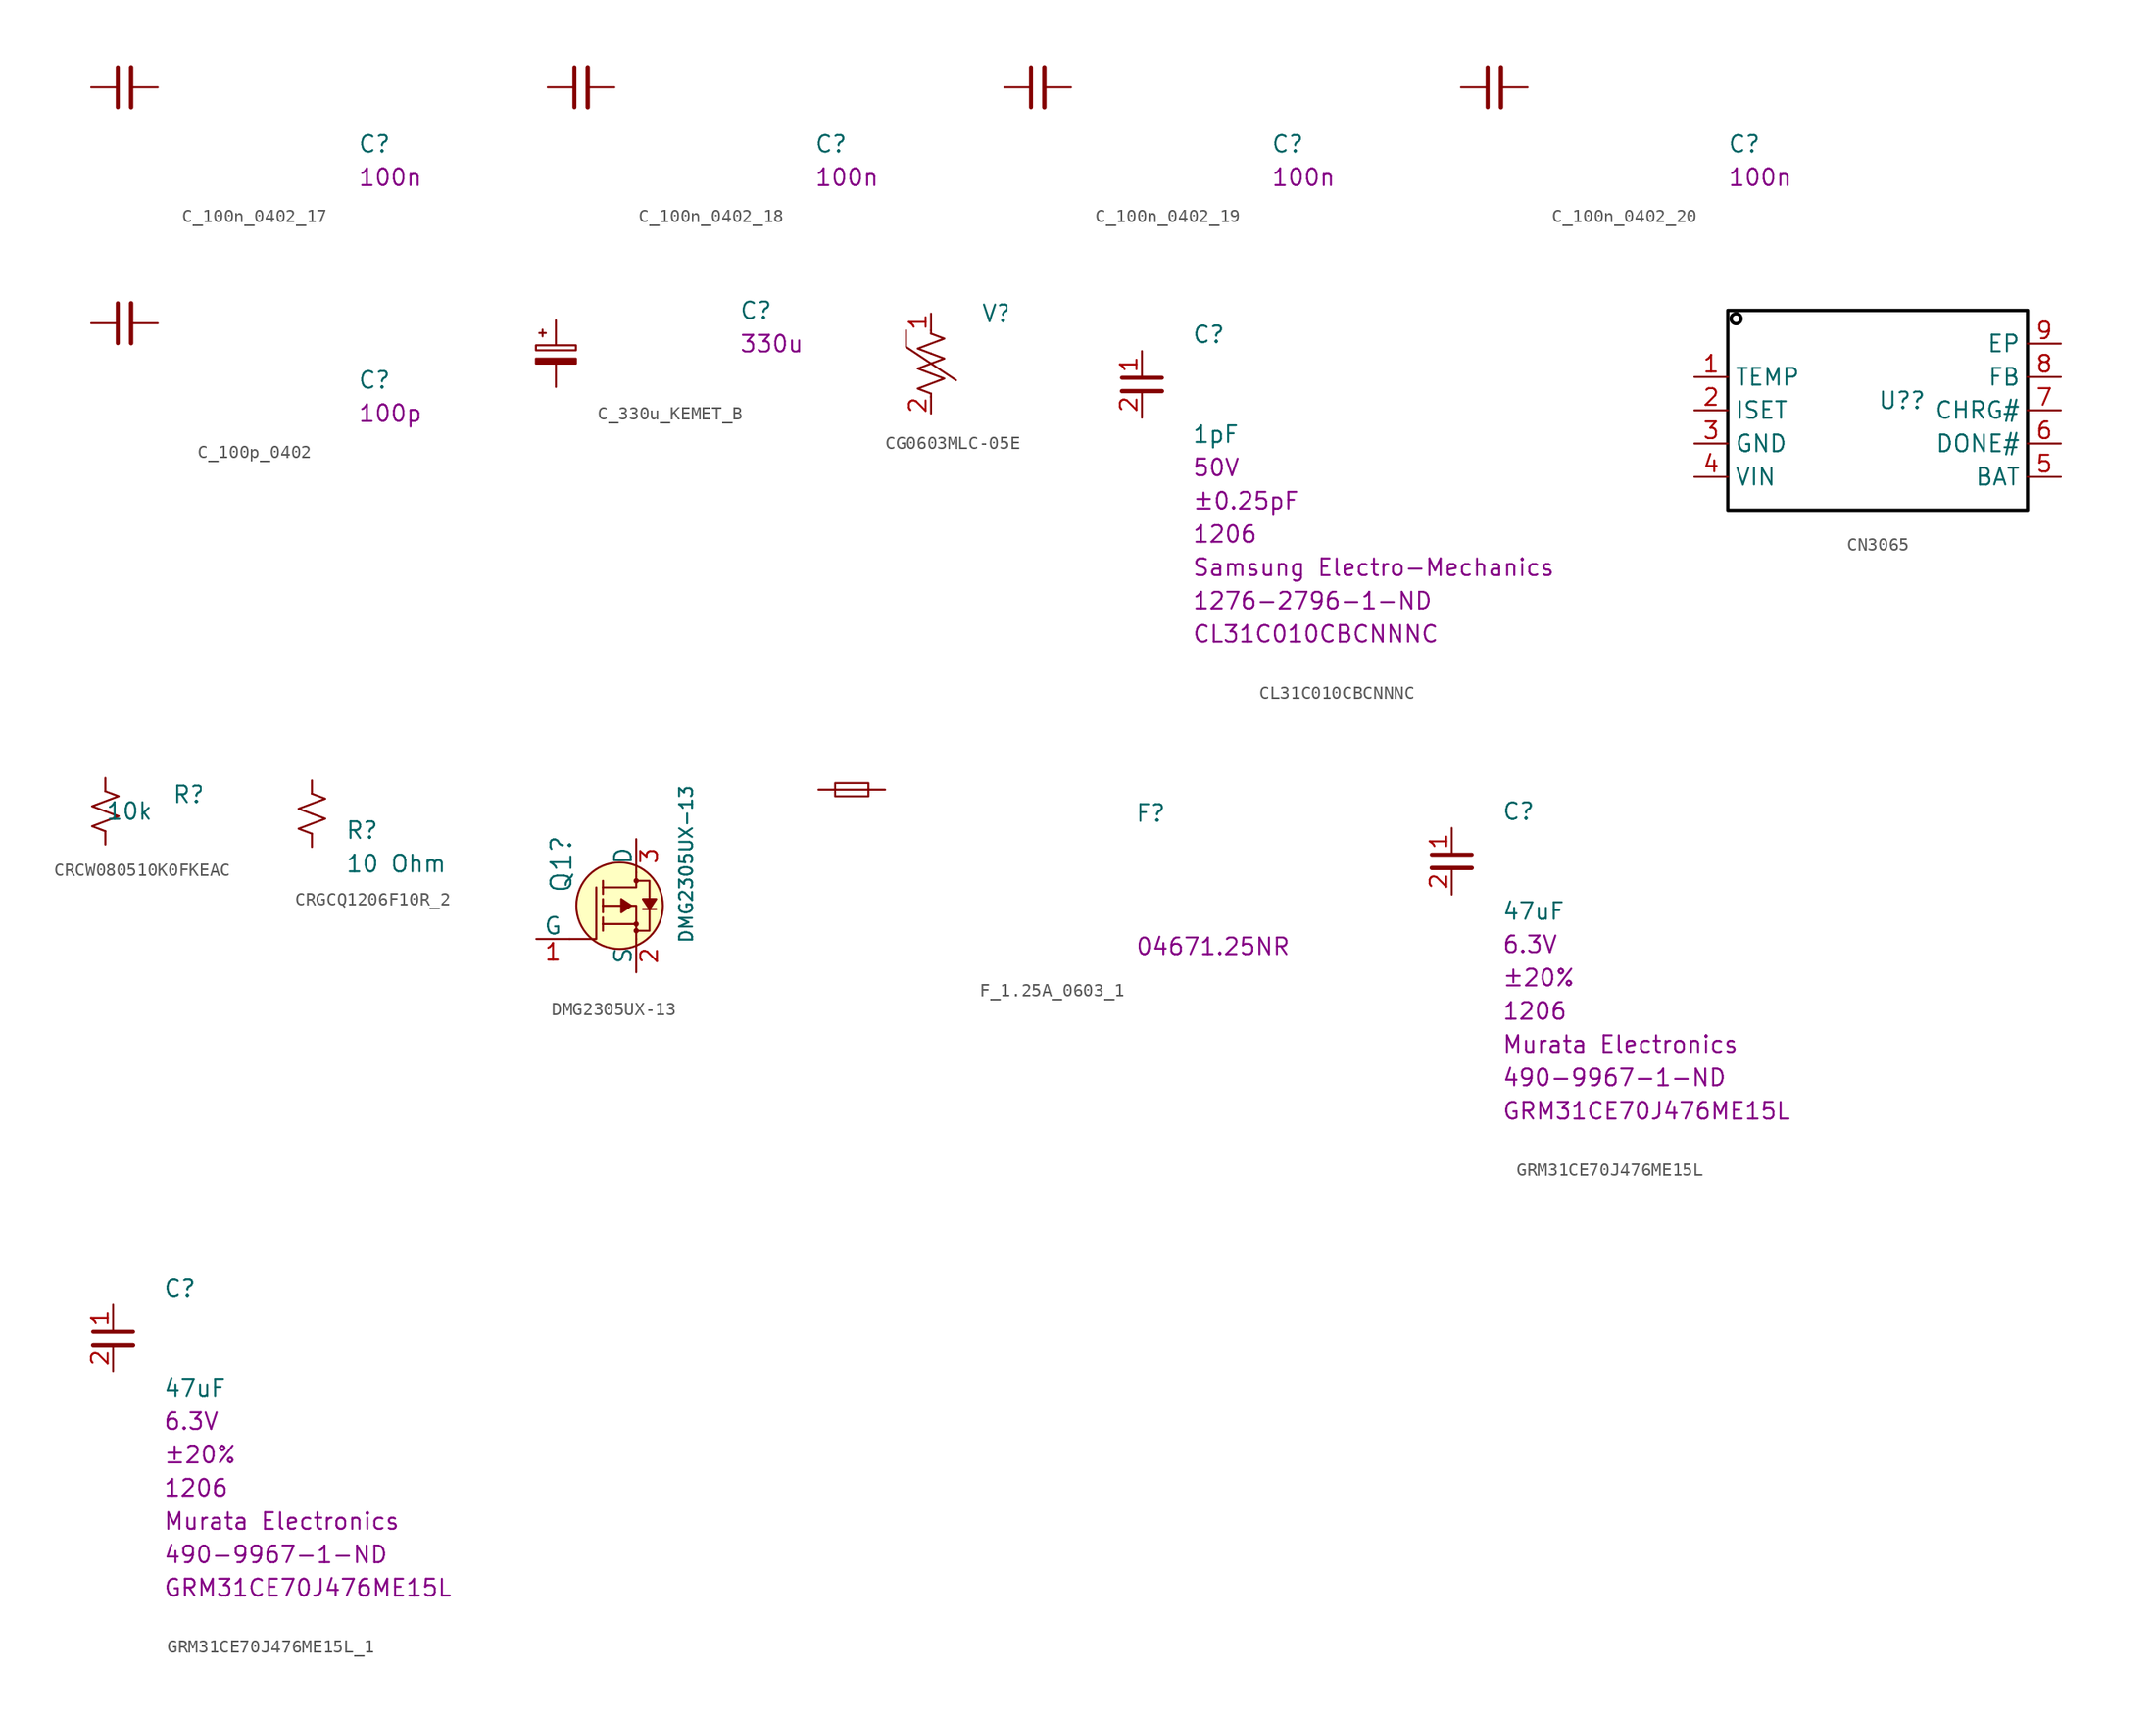
<source format=kicad_sym>
(kicad_symbol_lib
  (version 20231120)
  (generator "kicad_symbol_editor")
  (generator_version "8.0")
  (symbol "C_100n_0402_17"
    (pin_numbers hide)
    (pin_names hide)
    (property "Reference" "C"
      (at 20.32 -5.08 0)
      (effects (font (size 1.27 1.27) (thickness 0.15)) (justify left bottom)))
    (property "Val" "100n"
      (at 20.32 -7.62 0)
      (effects (font (size 1.27 1.27) (thickness 0.15)) (justify left bottom)))
    (symbol "C_100n_0402_17_0_1"
      (polyline (pts (xy 2.032 -1.524) (xy 2.032 1.524)) (stroke (width 0.305) (type default)) (fill (type none)))
      (polyline (pts (xy 3.048 -1.524) (xy 3.048 1.524)) (stroke (width 0.33) (type default)) (fill (type none))))
    (symbol "C_100n_0402_17_1_1"
      (pin passive line (at 0 0 0) (length 2.032) (name "~" (effects (font (size 1.27 1.27)))) (number "1" (effects (font (size 1.27 1.27)))))
      (pin passive line (at 5.08 0 180) (length 2.032) (name "~" (effects (font (size 1.27 1.27)))) (number "2" (effects (font (size 1.27 1.27)))))))
  (symbol "C_100n_0402_18"
    (pin_numbers hide)
    (pin_names hide)
    (property "Reference" "C"
      (at 20.32 -5.08 0)
      (effects (font (size 1.27 1.27) (thickness 0.15)) (justify left bottom)))
    (property "Val" "100n"
      (at 20.32 -7.62 0)
      (effects (font (size 1.27 1.27) (thickness 0.15)) (justify left bottom)))
    (symbol "C_100n_0402_18_0_1"
      (polyline (pts (xy 2.032 -1.524) (xy 2.032 1.524)) (stroke (width 0.305) (type default)) (fill (type none)))
      (polyline (pts (xy 3.048 -1.524) (xy 3.048 1.524)) (stroke (width 0.33) (type default)) (fill (type none))))
    (symbol "C_100n_0402_18_1_1"
      (pin passive line (at 0 0 0) (length 2.032) (name "~" (effects (font (size 1.27 1.27)))) (number "1" (effects (font (size 1.27 1.27)))))
      (pin passive line (at 5.08 0 180) (length 2.032) (name "~" (effects (font (size 1.27 1.27)))) (number "2" (effects (font (size 1.27 1.27)))))))
  (symbol "C_100n_0402_19"
    (pin_numbers hide)
    (pin_names hide)
    (property "Reference" "C"
      (at 20.32 -5.08 0)
      (effects (font (size 1.27 1.27) (thickness 0.15)) (justify left bottom)))
    (property "Val" "100n"
      (at 20.32 -7.62 0)
      (effects (font (size 1.27 1.27) (thickness 0.15)) (justify left bottom)))
    (symbol "C_100n_0402_19_0_1"
      (polyline (pts (xy 2.032 -1.524) (xy 2.032 1.524)) (stroke (width 0.305) (type default)) (fill (type none)))
      (polyline (pts (xy 3.048 -1.524) (xy 3.048 1.524)) (stroke (width 0.33) (type default)) (fill (type none))))
    (symbol "C_100n_0402_19_1_1"
      (pin passive line (at 0 0 0) (length 2.032) (name "~" (effects (font (size 1.27 1.27)))) (number "1" (effects (font (size 1.27 1.27)))))
      (pin passive line (at 5.08 0 180) (length 2.032) (name "~" (effects (font (size 1.27 1.27)))) (number "2" (effects (font (size 1.27 1.27)))))))
  (symbol "C_100n_0402_20"
    (pin_numbers hide)
    (pin_names hide)
    (property "Reference" "C"
      (at 20.32 -5.08 0)
      (effects (font (size 1.27 1.27) (thickness 0.15)) (justify left bottom)))
    (property "Val" "100n"
      (at 20.32 -7.62 0)
      (effects (font (size 1.27 1.27) (thickness 0.15)) (justify left bottom)))
    (symbol "C_100n_0402_20_0_1"
      (polyline (pts (xy 2.032 -1.524) (xy 2.032 1.524)) (stroke (width 0.305) (type default)) (fill (type none)))
      (polyline (pts (xy 3.048 -1.524) (xy 3.048 1.524)) (stroke (width 0.33) (type default)) (fill (type none))))
    (symbol "C_100n_0402_20_1_1"
      (pin passive line (at 0 0 0) (length 2.032) (name "~" (effects (font (size 1.27 1.27)))) (number "1" (effects (font (size 1.27 1.27)))))
      (pin passive line (at 5.08 0 180) (length 2.032) (name "~" (effects (font (size 1.27 1.27)))) (number "2" (effects (font (size 1.27 1.27)))))))
  (symbol "C_100p_0402"
    (pin_numbers hide)
    (pin_names hide)
    (property "Reference" "C"
      (at 20.32 -5.08 0)
      (effects (font (size 1.27 1.27) (thickness 0.15)) (justify left bottom)))
    (property "Val" "100p"
      (at 20.32 -7.62 0)
      (effects (font (size 1.27 1.27) (thickness 0.15)) (justify left bottom)))
    (symbol "C_100p_0402_0_1"
      (polyline (pts (xy 2.032 -1.524) (xy 2.032 1.524)) (stroke (width 0.305) (type default)) (fill (type none)))
      (polyline (pts (xy 3.048 -1.524) (xy 3.048 1.524)) (stroke (width 0.33) (type default)) (fill (type none))))
    (symbol "C_100p_0402_1_1"
      (pin passive line (at 0 0 0) (length 2.032) (name "~" (effects (font (size 1.27 1.27)))) (number "1" (effects (font (size 1.27 1.27)))))
      (pin passive line (at 5.08 0 180) (length 2.032) (name "~" (effects (font (size 1.27 1.27)))) (number "2" (effects (font (size 1.27 1.27)))))))
  (symbol "C_330u_KEMET_B"
    (pin_numbers hide)
    (pin_names hide)
    (property "Reference" "C"
      (at 13.97 0 0)
      (effects (font (size 1.27 1.27) (thickness 0.15)) (justify left bottom)))
    (property "Val" "330u"
      (at 13.97 -2.54 0)
      (effects (font (size 1.27 1.27) (thickness 0.15)) (justify left bottom)))
    (symbol "C_330u_KEMET_B_0_1"
      (rectangle (start -1.524 -2.921) (end 1.524 -3.302) (stroke (width 0) (type default)) (fill (type outline)))
      (rectangle (start -1.524 -1.905) (end 1.524 -2.286) (stroke (width 0) (type default)) (fill (type none)))
      (polyline (pts (xy -1.27 -0.965) (xy -0.762 -0.965)) (stroke (width 0) (type default)) (fill (type none)))
      (polyline (pts (xy -1.016 -1.219) (xy -1.016 -0.711)) (stroke (width 0) (type default)) (fill (type none))))
    (symbol "C_330u_KEMET_B_1_1"
      (pin passive line (at 0 0 270) (length 1.854) (name "~" (effects (font (size 1.27 1.27)))) (number "1" (effects (font (size 1.27 1.27)))))
      (pin passive line (at 0 -5.08 90) (length 1.854) (name "~" (effects (font (size 1.27 1.27)))) (number "2" (effects (font (size 1.27 1.27)))))))
  (symbol "CG0603MLC-05E"
    (pin_names
      (offset 1.016))
    (property "Reference" "V"
      (at 3.81 3.81 0)
      (effects (font (size 1.27 1.27)) (justify left)))
    (symbol "CG0603MLC-05E_1_1"
      (polyline (pts (xy 0 -2.286) (xy 0 -2.54)) (stroke (width 0) (type default)) (fill (type none)))
      (polyline (pts (xy 0 2.286) (xy 0 2.54)) (stroke (width 0) (type default)) (fill (type none)))
      (polyline (pts (xy -1.905 2.54) (xy -1.905 1.27) (xy 1.905 -1.27)) (stroke (width 0) (type default)) (fill (type none)))
      (polyline (pts (xy 0 -0.762) (xy 1.016 -1.143) (xy 0 -1.524) (xy -1.016 -1.905) (xy 0 -2.286)) (stroke (width 0) (type default)) (fill (type none)))
      (polyline (pts (xy 0 0.762) (xy 1.016 0.381) (xy 0 0) (xy -1.016 -0.381) (xy 0 -0.762)) (stroke (width 0) (type default)) (fill (type none)))
      (polyline (pts (xy 0 2.286) (xy 1.016 1.905) (xy 0 1.524) (xy -1.016 1.143) (xy 0 0.762)) (stroke (width 0) (type default)) (fill (type none)))
      (pin passive line (at 0 3.81 270) (length 1.27) (name "~" (effects (font (size 1.27 1.27)))) (number "1" (effects (font (size 1.27 1.27)))))
      (pin passive line (at 0 -3.81 90) (length 1.27) (name "~" (effects (font (size 1.27 1.27)))) (number "2" (effects (font (size 1.27 1.27)))))))
  (symbol "CL31C010CBCNNNC"
    (pin_names
      (offset 1.016))
    (property "Reference" "C"
      (at 3.81 3.81 0)
      (effects (font (size 1.27 1.27)) (justify left)))
    (property "Value" "1pF"
      (at 3.81 -3.81 0)
      (effects (font (size 1.27 1.27)) (justify left)))
    (property "Tolerance" "±0.25pF"
      (at 3.81 -8.89 0)
      (effects (font (size 1.27 1.27)) (justify left)))
    (property "MAX Voltage" "50V"
      (at 3.81 -6.35 0)
      (effects (font (size 1.27 1.27)) (justify left)))
    (property "Chip Set" "1206"
      (at 3.81 -11.43 0)
      (effects (font (size 1.27 1.27)) (justify left)))
    (property "Manufacturer" "Samsung Electro-Mechanics"
      (at 3.81 -13.97 0)
      (effects (font (size 1.27 1.27)) (justify left)))
    (property "MPN" "CL31C010CBCNNNC"
      (at 3.81 -19.05 0)
      (effects (font (size 1.27 1.27)) (justify left)))
    (property "Digi-Key_PN" "1276-2796-1-ND"
      (at 3.81 -16.51 0)
      (effects (font (size 1.27 1.27)) (justify left)))
    (symbol "CL31C010CBCNNNC_1_1"
      (polyline (pts (xy -1.524 -0.508) (xy 1.524 -0.508)) (stroke (width 0.33) (type solid)) (fill (type none)))
      (polyline (pts (xy -1.524 0.508) (xy 1.524 0.508)) (stroke (width 0.305) (type solid)) (fill (type none)))
      (pin passive line (at 0 2.54 270) (length 2.032) (name "~" (effects (font (size 1.27 1.27)))) (number "1" (effects (font (size 1.27 1.27)))))
      (pin passive line (at 0 -2.54 90) (length 2.032) (name "~" (effects (font (size 1.27 1.27)))) (number "2" (effects (font (size 1.27 1.27)))))))
  (symbol "CN3065"
    (property "Reference" "U?"
      (at 0 0 0)
      (effects (font (size 1.27 1.27)) (justify left bottom)))
    (symbol "CN3065_1_0"
      (rectangle (start -11.43 7.62) (end 11.43 -7.62) (stroke (width 0.254) (type solid) (color 0 0 0 1)) (fill (type none)))
      (circle (center -10.795 6.985) (radius 0.381) (stroke (width 0.254) (type solid) (color 0 0 0 1)) (fill (type none)))
      (pin passive line (at -13.97 2.54 0) (length 2.54) (name "TEMP" (effects (font (size 1.27 1.27)))) (number "1" (effects (font (size 1.27 1.27)))))
      (pin passive line (at -13.97 0 0) (length 2.54) (name "ISET" (effects (font (size 1.27 1.27)))) (number "2" (effects (font (size 1.27 1.27)))))
      (pin passive line (at -13.97 -2.54 0) (length 2.54) (name "GND" (effects (font (size 1.27 1.27)))) (number "3" (effects (font (size 1.27 1.27)))))
      (pin passive line (at -13.97 -5.08 0) (length 2.54) (name "VIN" (effects (font (size 1.27 1.27)))) (number "4" (effects (font (size 1.27 1.27)))))
      (pin passive line (at 13.97 -5.08 180) (length 2.54) (name "BAT" (effects (font (size 1.27 1.27)))) (number "5" (effects (font (size 1.27 1.27)))))
      (pin passive line (at 13.97 -2.54 180) (length 2.54) (name "DONE#" (effects (font (size 1.27 1.27)))) (number "6" (effects (font (size 1.27 1.27)))))
      (pin passive line (at 13.97 0 180) (length 2.54) (name "CHRG#" (effects (font (size 1.27 1.27)))) (number "7" (effects (font (size 1.27 1.27)))))
      (pin passive line (at 13.97 2.54 180) (length 2.54) (name "FB" (effects (font (size 1.27 1.27)))) (number "8" (effects (font (size 1.27 1.27)))))
      (pin passive line (at 13.97 5.08 180) (length 2.54) (name "EP" (effects (font (size 1.27 1.27)))) (number "9" (effects (font (size 1.27 1.27)))))))
  (symbol "CRCW080510K0FKEAC"
    (pin_numbers hide)
    (pin_names
      (offset 0.254) hide)
    (property "Reference" "R"
      (at 5.08 1.27 0)
      (effects (font (size 1.27 1.27)) (justify left)))
    (property "Value" "10k"
      (at 0 0 0)
      (effects (font (size 1.27 1.27)) (justify left)))
    (symbol "CRCW080510K0FKEAC_1_1"
      (polyline (pts (xy 0 0) (xy 1.016 -0.381) (xy 0 -0.762) (xy -1.016 -1.143) (xy 0 -1.524)) (stroke (width 0) (type solid)) (fill (type none)))
      (polyline (pts (xy 0 1.524) (xy 1.016 1.143) (xy 0 0.762) (xy -1.016 0.381) (xy 0 0)) (stroke (width 0) (type solid)) (fill (type none)))
      (pin passive line (at 0 2.54 270) (length 1.016) (name "~" (effects (font (size 1.27 1.27)))) (number "1" (effects (font (size 1.27 1.27)))))
      (pin passive line (at 0 -2.54 90) (length 1.016) (name "~" (effects (font (size 1.27 1.27)))) (number "2" (effects (font (size 1.27 1.27)))))))
  (symbol "CRGCQ1206F10R_2"
    (pin_numbers hide)
    (pin_names
      (offset 0.254) hide)
    (property "Reference" "R"
      (at 2.54 -1.27 0)
      (effects (font (size 1.27 1.27)) (justify left)))
    (property "Value" "10 Ohm"
      (at 2.54 -3.81 0)
      (effects (font (size 1.27 1.27)) (justify left)))
    (symbol "CRGCQ1206F10R_2_1_1"
      (polyline (pts (xy 0 0) (xy 1.016 -0.381) (xy 0 -0.762) (xy -1.016 -1.143) (xy 0 -1.524)) (stroke (width 0) (type default)) (fill (type none)))
      (polyline (pts (xy 0 1.524) (xy 1.016 1.143) (xy 0 0.762) (xy -1.016 0.381) (xy 0 0)) (stroke (width 0) (type default)) (fill (type none)))
      (pin passive line (at 0 2.54 270) (length 1.016) (name "~" (effects (font (size 1.27 1.27)))) (number "1" (effects (font (size 1.27 1.27)))))
      (pin passive line (at 0 -2.54 90) (length 1.016) (name "~" (effects (font (size 1.27 1.27)))) (number "2" (effects (font (size 1.27 1.27)))))))
  (symbol "DMG2305UX-13"
    (pin_names
      (offset 0))
    (property "Reference" "Q1"
      (at -5.715 3.175 90)
      (effects (font (size 1.524 1.524))))
    (property "Value" "DMG2305UX-13"
      (at 3.81 3.175 90)
      (effects (font (size 0.991 0.991))))
    (symbol "DMG2305UX-13_0_1"
      (circle (center -1.27 0) (radius 3.302) (stroke (width 0) (type solid)) (fill (type background)))
      (circle (center 0 -1.905) (radius 0.127) (stroke (width 0) (type solid)) (fill (type none)))
      (circle (center 0 -1.397) (radius 0.127) (stroke (width 0) (type solid)) (fill (type none)))
      (polyline (pts (xy 0 -1.397) (xy -2.54 -1.397)) (stroke (width 0) (type solid)) (fill (type none)))
      (polyline (pts (xy -5.08 -2.54) (xy -3.048 -2.54) (xy -3.048 1.397)) (stroke (width 0) (type solid)) (fill (type none)))
      (polyline (pts (xy 0 -2.54) (xy 0 0) (xy -2.54 0)) (stroke (width 0) (type solid)) (fill (type none)))
      (polyline (pts (xy 0 2.54) (xy 0 1.397) (xy -2.54 1.397)) (stroke (width 0) (type solid)) (fill (type none)))
      (polyline (pts (xy -0.127 -1.905) (xy 1.016 -1.905) (xy 1.016 1.397) (xy 1.016 1.905) (xy -0.127 1.905)) (stroke (width 0) (type solid)) (fill (type none)))
      (circle (center 0 1.905) (radius 0.127) (stroke (width 0) (type solid)) (fill (type none))))
    (symbol "DMG2305UX-13_1_1"
      (polyline (pts (xy -2.54 -1.397) (xy -2.54 -1.905)) (stroke (width 0) (type solid)) (fill (type none)))
      (polyline (pts (xy -2.54 -1.397) (xy -2.54 -0.889)) (stroke (width 0) (type solid)) (fill (type none)))
      (polyline (pts (xy -2.54 0) (xy -2.54 -0.508)) (stroke (width 0) (type solid)) (fill (type none)))
      (polyline (pts (xy -2.54 0) (xy -2.54 0.508)) (stroke (width 0) (type solid)) (fill (type none)))
      (polyline (pts (xy -2.54 1.905) (xy -2.54 0.889)) (stroke (width 0) (type solid)) (fill (type none)))
      (polyline (pts (xy 1.524 -0.254) (xy 0.508 -0.254)) (stroke (width 0) (type solid)) (fill (type none)))
      (polyline (pts (xy -0.381 0) (xy -1.143 0.508) (xy -1.143 -0.508) (xy -0.381 0)) (stroke (width 0) (type solid)) (fill (type outline)))
      (polyline (pts (xy 1.016 -0.254) (xy 1.524 0.508) (xy 0.508 0.508) (xy 1.016 -0.254)) (stroke (width 0) (type solid)) (fill (type outline)))
      (pin bidirectional line (at -7.62 -2.54 0) (length 2.54) (name "G" (effects (font (size 1.27 1.27)))) (number "1" (effects (font (size 1.27 1.27)))))
      (pin bidirectional line (at 0 -5.08 90) (length 2.54) (name "S" (effects (font (size 1.27 1.27)))) (number "2" (effects (font (size 1.27 1.27)))))
      (pin bidirectional line (at 0 5.08 270) (length 2.54) (name "D" (effects (font (size 1.27 1.27)))) (number "3" (effects (font (size 1.27 1.27)))))))
  (symbol "F_1.25A_0603_1"
    (pin_numbers hide)
    (pin_names hide)
    (property "Reference" "F"
      (at 24.13 -2.54 0)
      (effects (font (size 1.27 1.27) (thickness 0.15)) (justify left bottom)))
    (property "MPN" "04671.25NR"
      (at 24.13 -12.7 0)
      (effects (font (size 1.27 1.27) (thickness 0.15)) (justify left bottom)))
    (symbol "F_1.25A_0603_1_0_1"
      (polyline (pts (xy 1.27 0) (xy 3.81 0)) (stroke (width 0) (type default)) (fill (type none)))
      (rectangle (start 1.27 0.508) (end 3.81 -0.508) (stroke (width 0) (type default)) (fill (type none))))
    (symbol "F_1.25A_0603_1_1_1"
      (pin passive line (at 0 0 0) (length 1.27) (name "~" (effects (font (size 1.27 1.27)))) (number "1" (effects (font (size 1.27 1.27)))))
      (pin passive line (at 5.08 0 180) (length 1.27) (name "~" (effects (font (size 1.27 1.27)))) (number "2" (effects (font (size 1.27 1.27)))))))
  (symbol "GRM31CE70J476ME15L"
    (pin_names
      (offset 1.016))
    (property "Reference" "C"
      (at 3.81 3.81 0)
      (effects (font (size 1.27 1.27)) (justify left)))
    (property "Value" "47uF"
      (at 3.81 -3.81 0)
      (effects (font (size 1.27 1.27)) (justify left)))
    (property "Tolerance" "±20%"
      (at 3.81 -8.89 0)
      (effects (font (size 1.27 1.27)) (justify left)))
    (property "MAX Voltage" "6.3V"
      (at 3.81 -6.35 0)
      (effects (font (size 1.27 1.27)) (justify left)))
    (property "Chip Set" "1206"
      (at 3.81 -11.43 0)
      (effects (font (size 1.27 1.27)) (justify left)))
    (property "Manufacturer" "Murata Electronics"
      (at 3.81 -13.97 0)
      (effects (font (size 1.27 1.27)) (justify left)))
    (property "MPN" "GRM31CE70J476ME15L"
      (at 3.81 -19.05 0)
      (effects (font (size 1.27 1.27)) (justify left)))
    (property "Digi-Key_PN" "490-9967-1-ND"
      (at 3.81 -16.51 0)
      (effects (font (size 1.27 1.27)) (justify left)))
    (symbol "GRM31CE70J476ME15L_1_1"
      (polyline (pts (xy -1.524 -0.508) (xy 1.524 -0.508)) (stroke (width 0.33) (type solid)) (fill (type none)))
      (polyline (pts (xy -1.524 0.508) (xy 1.524 0.508)) (stroke (width 0.305) (type solid)) (fill (type none)))
      (pin passive line (at 0 2.54 270) (length 2.032) (name "~" (effects (font (size 1.27 1.27)))) (number "1" (effects (font (size 1.27 1.27)))))
      (pin passive line (at 0 -2.54 90) (length 2.032) (name "~" (effects (font (size 1.27 1.27)))) (number "2" (effects (font (size 1.27 1.27)))))))
  (symbol "GRM31CE70J476ME15L_1"
    (property "Reference" "C"
      (at 3.81 3.81 0)
      (effects (font (size 1.27 1.27)) (justify left)))
    (property "Value" "47uF"
      (at 3.81 -3.81 0)
      (effects (font (size 1.27 1.27)) (justify left)))
    (property "Tolerance" "±20%"
      (at 3.81 -8.89 0)
      (effects (font (size 1.27 1.27)) (justify left)))
    (property "MAX Voltage" "6.3V"
      (at 3.81 -6.35 0)
      (effects (font (size 1.27 1.27)) (justify left)))
    (property "Chip Set" "1206"
      (at 3.81 -11.43 0)
      (effects (font (size 1.27 1.27)) (justify left)))
    (property "Manufacturer" "Murata Electronics"
      (at 3.81 -13.97 0)
      (effects (font (size 1.27 1.27)) (justify left)))
    (property "MPN" "GRM31CE70J476ME15L"
      (at 3.81 -19.05 0)
      (effects (font (size 1.27 1.27)) (justify left)))
    (property "Digi-Key_PN" "490-9967-1-ND"
      (at 3.81 -16.51 0)
      (effects (font (size 1.27 1.27)) (justify left)))
    (symbol "GRM31CE70J476ME15L_1_1_1"
      (polyline (pts (xy -1.524 -0.508) (xy 1.524 -0.508)) (stroke (width 0.33) (type default)) (fill (type none)))
      (polyline (pts (xy -1.524 0.508) (xy 1.524 0.508)) (stroke (width 0.305) (type default)) (fill (type none)))
      (pin passive line (at 0 2.54 270) (length 2.032) (name "~" (effects (font (size 1.27 1.27)))) (number "1" (effects (font (size 1.27 1.27)))))
      (pin passive line (at 0 -2.54 90) (length 2.032) (name "~" (effects (font (size 1.27 1.27)))) (number "2" (effects (font (size 1.27 1.27))))))))
</source>
